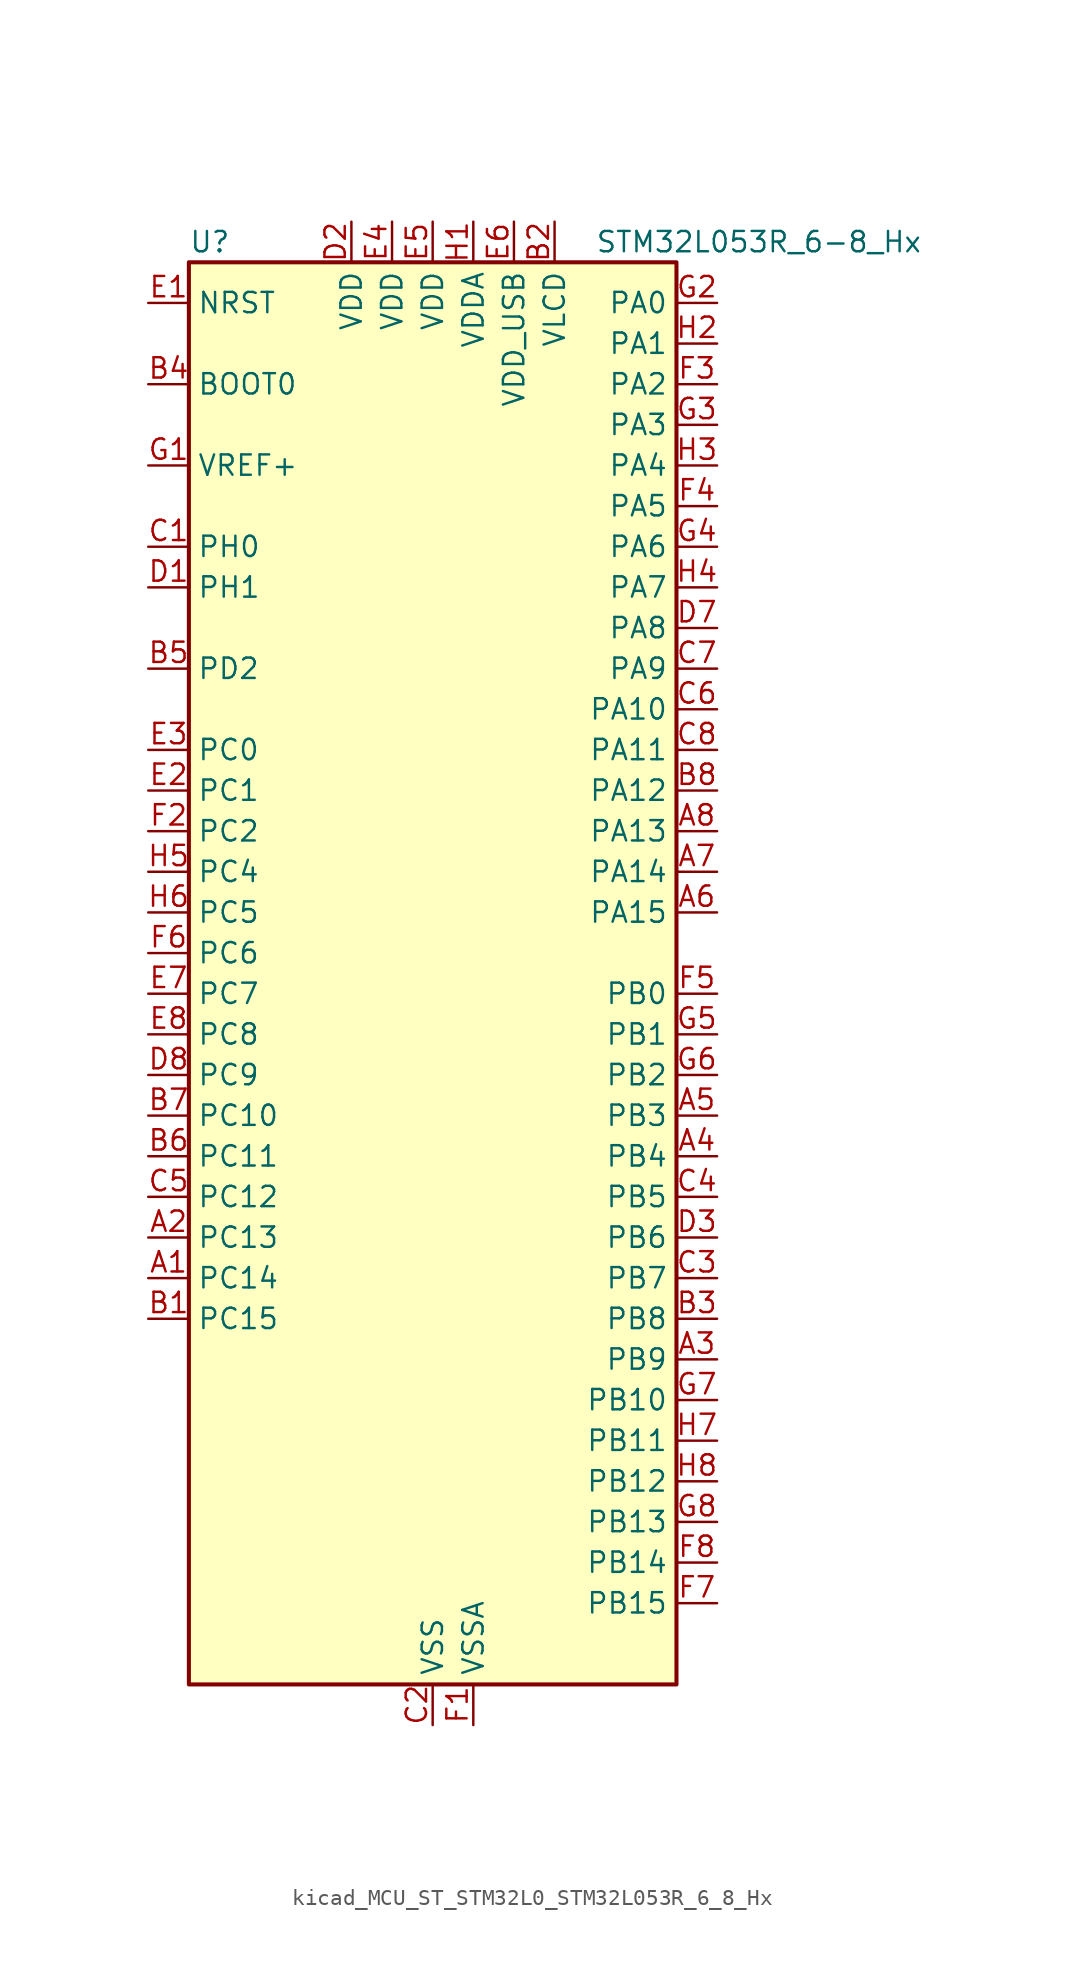
<source format=kicad_sym>
(kicad_symbol_lib
  (version 20220914)
  (generator kicad_symbol_editor)
  (symbol "kicad_MCU_ST_STM32L0_STM32L053R_6_8_Hx"
    (property "Reference" "U"
      (at -15.24 46.99 0)
      (effects (font (size 1.27 1.27)) (justify left)))
    (property "Value" "STM32L053R_6-8_Hx"
      (at 10.16 46.99 0)
      (effects (font (size 1.27 1.27)) (justify left)))
    (property "ki_locked" ""
      (at 0 0 0)
      (effects (font (size 1.27 1.27))))
    (symbol "kicad_MCU_ST_STM32L0_STM32L053R_6_8_Hx_0_1"
      (rectangle (start -15.24 -43.18) (end 15.24 45.72) (stroke (width 0.254) (type default)) (fill (type background))))
    (symbol "kicad_MCU_ST_STM32L0_STM32L053R_6_8_Hx_1_1"
      (pin bidirectional line (at -17.78 -17.78 0) (length 2.54) (name "PC14" (effects (font (size 1.27 1.27)))) (number "A1" (effects (font (size 1.27 1.27)))) (alternate "RCC_OSC32_IN" bidirectional line))
      (pin bidirectional line (at -17.78 -15.24 0) (length 2.54) (name "PC13" (effects (font (size 1.27 1.27)))) (number "A2" (effects (font (size 1.27 1.27)))) (alternate "RTC_OUT_ALARM" bidirectional line) (alternate "RTC_OUT_CALIB" bidirectional line) (alternate "RTC_TAMP1" bidirectional line) (alternate "RTC_TS" bidirectional line) (alternate "SYS_WKUP2" bidirectional line))
      (pin bidirectional line (at 17.78 -22.86 180) (length 2.54) (name "PB9" (effects (font (size 1.27 1.27)))) (number "A3" (effects (font (size 1.27 1.27)))) (alternate "DAC_EXTI9" bidirectional line) (alternate "I2C1_SDA" bidirectional line) (alternate "I2S2_WS" bidirectional line) (alternate "LCD_COM3" bidirectional line) (alternate "SPI2_NSS" bidirectional line))
      (pin bidirectional line (at 17.78 -10.16 180) (length 2.54) (name "PB4" (effects (font (size 1.27 1.27)))) (number "A4" (effects (font (size 1.27 1.27)))) (alternate "COMP2_INP" bidirectional line) (alternate "LCD_SEG8" bidirectional line) (alternate "SPI1_MISO" bidirectional line) (alternate "TIM22_CH1" bidirectional line) (alternate "TSC_G5_IO2" bidirectional line))
      (pin bidirectional line (at 17.78 -7.62 180) (length 2.54) (name "PB3" (effects (font (size 1.27 1.27)))) (number "A5" (effects (font (size 1.27 1.27)))) (alternate "COMP2_INM" bidirectional line) (alternate "LCD_SEG7" bidirectional line) (alternate "SPI1_SCK" bidirectional line) (alternate "TIM2_CH2" bidirectional line) (alternate "TSC_G5_IO1" bidirectional line))
      (pin bidirectional line (at 17.78 5.08 180) (length 2.54) (name "PA15" (effects (font (size 1.27 1.27)))) (number "A6" (effects (font (size 1.27 1.27)))) (alternate "LCD_SEG17" bidirectional line) (alternate "SPI1_NSS" bidirectional line) (alternate "TIM2_CH1" bidirectional line) (alternate "TIM2_ETR" bidirectional line) (alternate "USART2_RX" bidirectional line))
      (pin bidirectional line (at 17.78 7.62 180) (length 2.54) (name "PA14" (effects (font (size 1.27 1.27)))) (number "A7" (effects (font (size 1.27 1.27)))) (alternate "SYS_SWCLK" bidirectional line) (alternate "USART2_TX" bidirectional line))
      (pin bidirectional line (at 17.78 10.16 180) (length 2.54) (name "PA13" (effects (font (size 1.27 1.27)))) (number "A8" (effects (font (size 1.27 1.27)))) (alternate "SYS_SWDIO" bidirectional line) (alternate "USB_NOE" bidirectional line))
      (pin bidirectional line (at -17.78 -20.32 0) (length 2.54) (name "PC15" (effects (font (size 1.27 1.27)))) (number "B1" (effects (font (size 1.27 1.27)))) (alternate "RCC_OSC32_OUT" bidirectional line))
      (pin power_in line (at 7.62 48.26 270) (length 2.54) (name "VLCD" (effects (font (size 1.27 1.27)))) (number "B2" (effects (font (size 1.27 1.27)))))
      (pin bidirectional line (at 17.78 -20.32 180) (length 2.54) (name "PB8" (effects (font (size 1.27 1.27)))) (number "B3" (effects (font (size 1.27 1.27)))) (alternate "I2C1_SCL" bidirectional line) (alternate "LCD_SEG16" bidirectional line) (alternate "TSC_SYNC" bidirectional line))
      (pin input line (at -17.78 38.1 0) (length 2.54) (name "BOOT0" (effects (font (size 1.27 1.27)))) (number "B4" (effects (font (size 1.27 1.27)))))
      (pin bidirectional line (at -17.78 20.32 0) (length 2.54) (name "PD2" (effects (font (size 1.27 1.27)))) (number "B5" (effects (font (size 1.27 1.27)))) (alternate "LCD_COM7" bidirectional line) (alternate "LCD_SEG31" bidirectional line) (alternate "LPUART1_DE" bidirectional line) (alternate "LPUART1_RTS" bidirectional line))
      (pin bidirectional line (at -17.78 -10.16 0) (length 2.54) (name "PC11" (effects (font (size 1.27 1.27)))) (number "B6" (effects (font (size 1.27 1.27)))) (alternate "ADC_EXTI11" bidirectional line) (alternate "LCD_COM5" bidirectional line) (alternate "LCD_SEG29" bidirectional line) (alternate "LPUART1_RX" bidirectional line))
      (pin bidirectional line (at -17.78 -7.62 0) (length 2.54) (name "PC10" (effects (font (size 1.27 1.27)))) (number "B7" (effects (font (size 1.27 1.27)))) (alternate "LCD_COM4" bidirectional line) (alternate "LCD_SEG28" bidirectional line) (alternate "LPUART1_TX" bidirectional line))
      (pin bidirectional line (at 17.78 12.7 180) (length 2.54) (name "PA12" (effects (font (size 1.27 1.27)))) (number "B8" (effects (font (size 1.27 1.27)))) (alternate "COMP2_OUT" bidirectional line) (alternate "SPI1_MOSI" bidirectional line) (alternate "TSC_G4_IO4" bidirectional line) (alternate "USART1_DE" bidirectional line) (alternate "USART1_RTS" bidirectional line) (alternate "USB_DP" bidirectional line))
      (pin bidirectional line (at -17.78 27.94 0) (length 2.54) (name "PH0" (effects (font (size 1.27 1.27)))) (number "C1" (effects (font (size 1.27 1.27)))) (alternate "CRS_SYNC" bidirectional line) (alternate "RCC_OSC_IN" bidirectional line))
      (pin power_in line (at 0 -45.72 90) (length 2.54) (name "VSS" (effects (font (size 1.27 1.27)))) (number "C2" (effects (font (size 1.27 1.27)))))
      (pin bidirectional line (at 17.78 -17.78 180) (length 2.54) (name "PB7" (effects (font (size 1.27 1.27)))) (number "C3" (effects (font (size 1.27 1.27)))) (alternate "COMP2_INP" bidirectional line) (alternate "I2C1_SDA" bidirectional line) (alternate "LPTIM1_IN2" bidirectional line) (alternate "SYS_PVD_IN" bidirectional line) (alternate "TSC_G5_IO4" bidirectional line) (alternate "USART1_RX" bidirectional line))
      (pin bidirectional line (at 17.78 -12.7 180) (length 2.54) (name "PB5" (effects (font (size 1.27 1.27)))) (number "C4" (effects (font (size 1.27 1.27)))) (alternate "COMP2_INP" bidirectional line) (alternate "I2C1_SMBA" bidirectional line) (alternate "LCD_SEG9" bidirectional line) (alternate "LPTIM1_IN1" bidirectional line) (alternate "SPI1_MOSI" bidirectional line) (alternate "TIM22_CH2" bidirectional line))
      (pin bidirectional line (at -17.78 -12.7 0) (length 2.54) (name "PC12" (effects (font (size 1.27 1.27)))) (number "C5" (effects (font (size 1.27 1.27)))) (alternate "LCD_COM6" bidirectional line) (alternate "LCD_SEG30" bidirectional line))
      (pin bidirectional line (at 17.78 17.78 180) (length 2.54) (name "PA10" (effects (font (size 1.27 1.27)))) (number "C6" (effects (font (size 1.27 1.27)))) (alternate "LCD_COM2" bidirectional line) (alternate "TSC_G4_IO2" bidirectional line) (alternate "USART1_RX" bidirectional line))
      (pin bidirectional line (at 17.78 20.32 180) (length 2.54) (name "PA9" (effects (font (size 1.27 1.27)))) (number "C7" (effects (font (size 1.27 1.27)))) (alternate "DAC_EXTI9" bidirectional line) (alternate "LCD_COM1" bidirectional line) (alternate "RCC_MCO" bidirectional line) (alternate "TSC_G4_IO1" bidirectional line) (alternate "USART1_TX" bidirectional line))
      (pin bidirectional line (at 17.78 15.24 180) (length 2.54) (name "PA11" (effects (font (size 1.27 1.27)))) (number "C8" (effects (font (size 1.27 1.27)))) (alternate "ADC_EXTI11" bidirectional line) (alternate "COMP1_OUT" bidirectional line) (alternate "SPI1_MISO" bidirectional line) (alternate "TSC_G4_IO3" bidirectional line) (alternate "USART1_CTS" bidirectional line) (alternate "USB_DM" bidirectional line))
      (pin bidirectional line (at -17.78 25.4 0) (length 2.54) (name "PH1" (effects (font (size 1.27 1.27)))) (number "D1" (effects (font (size 1.27 1.27)))) (alternate "RCC_OSC_OUT" bidirectional line))
      (pin power_in line (at -5.08 48.26 270) (length 2.54) (name "VDD" (effects (font (size 1.27 1.27)))) (number "D2" (effects (font (size 1.27 1.27)))))
      (pin bidirectional line (at 17.78 -15.24 180) (length 2.54) (name "PB6" (effects (font (size 1.27 1.27)))) (number "D3" (effects (font (size 1.27 1.27)))) (alternate "COMP2_INP" bidirectional line) (alternate "I2C1_SCL" bidirectional line) (alternate "LPTIM1_ETR" bidirectional line) (alternate "TSC_G5_IO3" bidirectional line) (alternate "USART1_TX" bidirectional line))
      (pin passive line (at 0 -45.72 90) (length 2.54) hide (name "VSS" (effects (font (size 1.27 1.27)))) (number "D4" (effects (font (size 1.27 1.27)))))
      (pin passive line (at 0 -45.72 90) (length 2.54) hide (name "VSS" (effects (font (size 1.27 1.27)))) (number "D5" (effects (font (size 1.27 1.27)))))
      (pin passive line (at 0 -45.72 90) (length 2.54) hide (name "VSS" (effects (font (size 1.27 1.27)))) (number "D6" (effects (font (size 1.27 1.27)))))
      (pin bidirectional line (at 17.78 22.86 180) (length 2.54) (name "PA8" (effects (font (size 1.27 1.27)))) (number "D7" (effects (font (size 1.27 1.27)))) (alternate "CRS_SYNC" bidirectional line) (alternate "LCD_COM0" bidirectional line) (alternate "RCC_MCO" bidirectional line) (alternate "USART1_CK" bidirectional line))
      (pin bidirectional line (at -17.78 -5.08 0) (length 2.54) (name "PC9" (effects (font (size 1.27 1.27)))) (number "D8" (effects (font (size 1.27 1.27)))) (alternate "DAC_EXTI9" bidirectional line) (alternate "LCD_SEG27" bidirectional line) (alternate "TIM21_ETR" bidirectional line) (alternate "TSC_G8_IO4" bidirectional line) (alternate "USB_NOE" bidirectional line))
      (pin input line (at -17.78 43.18 0) (length 2.54) (name "NRST" (effects (font (size 1.27 1.27)))) (number "E1" (effects (font (size 1.27 1.27)))))
      (pin bidirectional line (at -17.78 12.7 0) (length 2.54) (name "PC1" (effects (font (size 1.27 1.27)))) (number "E2" (effects (font (size 1.27 1.27)))) (alternate "ADC_IN11" bidirectional line) (alternate "LCD_SEG19" bidirectional line) (alternate "LPTIM1_OUT" bidirectional line) (alternate "TSC_G7_IO2" bidirectional line))
      (pin bidirectional line (at -17.78 15.24 0) (length 2.54) (name "PC0" (effects (font (size 1.27 1.27)))) (number "E3" (effects (font (size 1.27 1.27)))) (alternate "ADC_IN10" bidirectional line) (alternate "LCD_SEG18" bidirectional line) (alternate "LPTIM1_IN1" bidirectional line) (alternate "TSC_G7_IO1" bidirectional line))
      (pin power_in line (at -2.54 48.26 270) (length 2.54) (name "VDD" (effects (font (size 1.27 1.27)))) (number "E4" (effects (font (size 1.27 1.27)))))
      (pin power_in line (at 0 48.26 270) (length 2.54) (name "VDD" (effects (font (size 1.27 1.27)))) (number "E5" (effects (font (size 1.27 1.27)))))
      (pin power_in line (at 5.08 48.26 270) (length 2.54) (name "VDD_USB" (effects (font (size 1.27 1.27)))) (number "E6" (effects (font (size 1.27 1.27)))))
      (pin bidirectional line (at -17.78 0 0) (length 2.54) (name "PC7" (effects (font (size 1.27 1.27)))) (number "E7" (effects (font (size 1.27 1.27)))) (alternate "LCD_SEG25" bidirectional line) (alternate "TIM22_CH2" bidirectional line) (alternate "TSC_G8_IO2" bidirectional line))
      (pin bidirectional line (at -17.78 -2.54 0) (length 2.54) (name "PC8" (effects (font (size 1.27 1.27)))) (number "E8" (effects (font (size 1.27 1.27)))) (alternate "LCD_SEG26" bidirectional line) (alternate "TIM22_ETR" bidirectional line) (alternate "TSC_G8_IO3" bidirectional line))
      (pin power_in line (at 2.54 -45.72 90) (length 2.54) (name "VSSA" (effects (font (size 1.27 1.27)))) (number "F1" (effects (font (size 1.27 1.27)))))
      (pin bidirectional line (at -17.78 10.16 0) (length 2.54) (name "PC2" (effects (font (size 1.27 1.27)))) (number "F2" (effects (font (size 1.27 1.27)))) (alternate "ADC_IN12" bidirectional line) (alternate "I2S2_MCK" bidirectional line) (alternate "LCD_SEG20" bidirectional line) (alternate "LPTIM1_IN2" bidirectional line) (alternate "SPI2_MISO" bidirectional line) (alternate "TSC_G7_IO3" bidirectional line))
      (pin bidirectional line (at 17.78 38.1 180) (length 2.54) (name "PA2" (effects (font (size 1.27 1.27)))) (number "F3" (effects (font (size 1.27 1.27)))) (alternate "ADC_IN2" bidirectional line) (alternate "COMP2_INM" bidirectional line) (alternate "COMP2_OUT" bidirectional line) (alternate "LCD_SEG1" bidirectional line) (alternate "TIM21_CH1" bidirectional line) (alternate "TIM2_CH3" bidirectional line) (alternate "TSC_G1_IO3" bidirectional line) (alternate "USART2_TX" bidirectional line))
      (pin bidirectional line (at 17.78 30.48 180) (length 2.54) (name "PA5" (effects (font (size 1.27 1.27)))) (number "F4" (effects (font (size 1.27 1.27)))) (alternate "ADC_IN5" bidirectional line) (alternate "COMP1_INM" bidirectional line) (alternate "COMP2_INM" bidirectional line) (alternate "SPI1_SCK" bidirectional line) (alternate "TIM2_CH1" bidirectional line) (alternate "TIM2_ETR" bidirectional line) (alternate "TSC_G2_IO2" bidirectional line))
      (pin bidirectional line (at 17.78 0 180) (length 2.54) (name "PB0" (effects (font (size 1.27 1.27)))) (number "F5" (effects (font (size 1.27 1.27)))) (alternate "ADC_IN8" bidirectional line) (alternate "LCD_SEG5" bidirectional line) (alternate "LCD_VLCD3" bidirectional line) (alternate "SYS_VREF_OUT_PB0" bidirectional line) (alternate "TSC_G3_IO2" bidirectional line))
      (pin bidirectional line (at -17.78 2.54 0) (length 2.54) (name "PC6" (effects (font (size 1.27 1.27)))) (number "F6" (effects (font (size 1.27 1.27)))) (alternate "LCD_SEG24" bidirectional line) (alternate "TIM22_CH1" bidirectional line) (alternate "TSC_G8_IO1" bidirectional line))
      (pin bidirectional line (at 17.78 -38.1 180) (length 2.54) (name "PB15" (effects (font (size 1.27 1.27)))) (number "F7" (effects (font (size 1.27 1.27)))) (alternate "I2S2_SD" bidirectional line) (alternate "LCD_SEG15" bidirectional line) (alternate "RTC_REFIN" bidirectional line) (alternate "SPI2_MOSI" bidirectional line))
      (pin bidirectional line (at 17.78 -35.56 180) (length 2.54) (name "PB14" (effects (font (size 1.27 1.27)))) (number "F8" (effects (font (size 1.27 1.27)))) (alternate "I2C2_SDA" bidirectional line) (alternate "I2S2_MCK" bidirectional line) (alternate "LCD_SEG14" bidirectional line) (alternate "LPUART1_DE" bidirectional line) (alternate "LPUART1_RTS" bidirectional line) (alternate "RTC_OUT_ALARM" bidirectional line) (alternate "RTC_OUT_CALIB" bidirectional line) (alternate "SPI2_MISO" bidirectional line) (alternate "TIM21_CH2" bidirectional line) (alternate "TSC_G6_IO4" bidirectional line))
      (pin input line (at -17.78 33.02 0) (length 2.54) (name "VREF+" (effects (font (size 1.27 1.27)))) (number "G1" (effects (font (size 1.27 1.27)))))
      (pin bidirectional line (at 17.78 43.18 180) (length 2.54) (name "PA0" (effects (font (size 1.27 1.27)))) (number "G2" (effects (font (size 1.27 1.27)))) (alternate "ADC_IN0" bidirectional line) (alternate "COMP1_INM" bidirectional line) (alternate "COMP1_OUT" bidirectional line) (alternate "RTC_TAMP2" bidirectional line) (alternate "SYS_WKUP1" bidirectional line) (alternate "TIM2_CH1" bidirectional line) (alternate "TIM2_ETR" bidirectional line) (alternate "TSC_G1_IO1" bidirectional line) (alternate "USART2_CTS" bidirectional line))
      (pin bidirectional line (at 17.78 35.56 180) (length 2.54) (name "PA3" (effects (font (size 1.27 1.27)))) (number "G3" (effects (font (size 1.27 1.27)))) (alternate "ADC_IN3" bidirectional line) (alternate "COMP2_INP" bidirectional line) (alternate "LCD_SEG2" bidirectional line) (alternate "TIM21_CH2" bidirectional line) (alternate "TIM2_CH4" bidirectional line) (alternate "TSC_G1_IO4" bidirectional line) (alternate "USART2_RX" bidirectional line))
      (pin bidirectional line (at 17.78 27.94 180) (length 2.54) (name "PA6" (effects (font (size 1.27 1.27)))) (number "G4" (effects (font (size 1.27 1.27)))) (alternate "ADC_IN6" bidirectional line) (alternate "COMP1_OUT" bidirectional line) (alternate "LCD_SEG3" bidirectional line) (alternate "LPUART1_CTS" bidirectional line) (alternate "SPI1_MISO" bidirectional line) (alternate "TIM22_CH1" bidirectional line) (alternate "TSC_G2_IO3" bidirectional line))
      (pin bidirectional line (at 17.78 -2.54 180) (length 2.54) (name "PB1" (effects (font (size 1.27 1.27)))) (number "G5" (effects (font (size 1.27 1.27)))) (alternate "ADC_IN9" bidirectional line) (alternate "LCD_SEG6" bidirectional line) (alternate "LPUART1_DE" bidirectional line) (alternate "LPUART1_RTS" bidirectional line) (alternate "SYS_VREF_OUT_PB1" bidirectional line) (alternate "TSC_G3_IO3" bidirectional line))
      (pin bidirectional line (at 17.78 -5.08 180) (length 2.54) (name "PB2" (effects (font (size 1.27 1.27)))) (number "G6" (effects (font (size 1.27 1.27)))) (alternate "LCD_VLCD1" bidirectional line) (alternate "LPTIM1_OUT" bidirectional line) (alternate "TSC_G3_IO4" bidirectional line))
      (pin bidirectional line (at 17.78 -25.4 180) (length 2.54) (name "PB10" (effects (font (size 1.27 1.27)))) (number "G7" (effects (font (size 1.27 1.27)))) (alternate "I2C2_SCL" bidirectional line) (alternate "LCD_SEG10" bidirectional line) (alternate "LPUART1_TX" bidirectional line) (alternate "SPI2_SCK" bidirectional line) (alternate "TIM2_CH3" bidirectional line) (alternate "TSC_SYNC" bidirectional line))
      (pin bidirectional line (at 17.78 -33.02 180) (length 2.54) (name "PB13" (effects (font (size 1.27 1.27)))) (number "G8" (effects (font (size 1.27 1.27)))) (alternate "I2C2_SCL" bidirectional line) (alternate "I2S2_CK" bidirectional line) (alternate "LCD_SEG13" bidirectional line) (alternate "LPUART1_CTS" bidirectional line) (alternate "SPI2_SCK" bidirectional line) (alternate "TIM21_CH1" bidirectional line) (alternate "TSC_G6_IO3" bidirectional line))
      (pin power_in line (at 2.54 48.26 270) (length 2.54) (name "VDDA" (effects (font (size 1.27 1.27)))) (number "H1" (effects (font (size 1.27 1.27)))))
      (pin bidirectional line (at 17.78 40.64 180) (length 2.54) (name "PA1" (effects (font (size 1.27 1.27)))) (number "H2" (effects (font (size 1.27 1.27)))) (alternate "ADC_IN1" bidirectional line) (alternate "COMP1_INP" bidirectional line) (alternate "LCD_SEG0" bidirectional line) (alternate "TIM21_ETR" bidirectional line) (alternate "TIM2_CH2" bidirectional line) (alternate "TSC_G1_IO2" bidirectional line) (alternate "USART2_DE" bidirectional line) (alternate "USART2_RTS" bidirectional line))
      (pin bidirectional line (at 17.78 33.02 180) (length 2.54) (name "PA4" (effects (font (size 1.27 1.27)))) (number "H3" (effects (font (size 1.27 1.27)))) (alternate "ADC_IN4" bidirectional line) (alternate "COMP1_INM" bidirectional line) (alternate "COMP2_INM" bidirectional line) (alternate "DAC_OUT1" bidirectional line) (alternate "SPI1_NSS" bidirectional line) (alternate "TIM22_ETR" bidirectional line) (alternate "TSC_G2_IO1" bidirectional line) (alternate "USART2_CK" bidirectional line))
      (pin bidirectional line (at 17.78 25.4 180) (length 2.54) (name "PA7" (effects (font (size 1.27 1.27)))) (number "H4" (effects (font (size 1.27 1.27)))) (alternate "ADC_IN7" bidirectional line) (alternate "COMP2_OUT" bidirectional line) (alternate "LCD_SEG4" bidirectional line) (alternate "SPI1_MOSI" bidirectional line) (alternate "TIM22_CH2" bidirectional line) (alternate "TSC_G2_IO4" bidirectional line))
      (pin bidirectional line (at -17.78 7.62 0) (length 2.54) (name "PC4" (effects (font (size 1.27 1.27)))) (number "H5" (effects (font (size 1.27 1.27)))) (alternate "ADC_IN14" bidirectional line) (alternate "LCD_SEG22" bidirectional line) (alternate "LPUART1_TX" bidirectional line))
      (pin bidirectional line (at -17.78 5.08 0) (length 2.54) (name "PC5" (effects (font (size 1.27 1.27)))) (number "H6" (effects (font (size 1.27 1.27)))) (alternate "ADC_IN15" bidirectional line) (alternate "LCD_SEG23" bidirectional line) (alternate "LPUART1_RX" bidirectional line) (alternate "TSC_G3_IO1" bidirectional line))
      (pin bidirectional line (at 17.78 -27.94 180) (length 2.54) (name "PB11" (effects (font (size 1.27 1.27)))) (number "H7" (effects (font (size 1.27 1.27)))) (alternate "ADC_EXTI11" bidirectional line) (alternate "I2C2_SDA" bidirectional line) (alternate "LCD_SEG11" bidirectional line) (alternate "LPUART1_RX" bidirectional line) (alternate "TIM2_CH4" bidirectional line) (alternate "TSC_G6_IO1" bidirectional line))
      (pin bidirectional line (at 17.78 -30.48 180) (length 2.54) (name "PB12" (effects (font (size 1.27 1.27)))) (number "H8" (effects (font (size 1.27 1.27)))) (alternate "I2S2_WS" bidirectional line) (alternate "LCD_SEG12" bidirectional line) (alternate "LCD_VLCD2" bidirectional line) (alternate "LPUART1_DE" bidirectional line) (alternate "LPUART1_RTS" bidirectional line) (alternate "SPI2_NSS" bidirectional line) (alternate "TSC_G6_IO2" bidirectional line)))))
</source>
